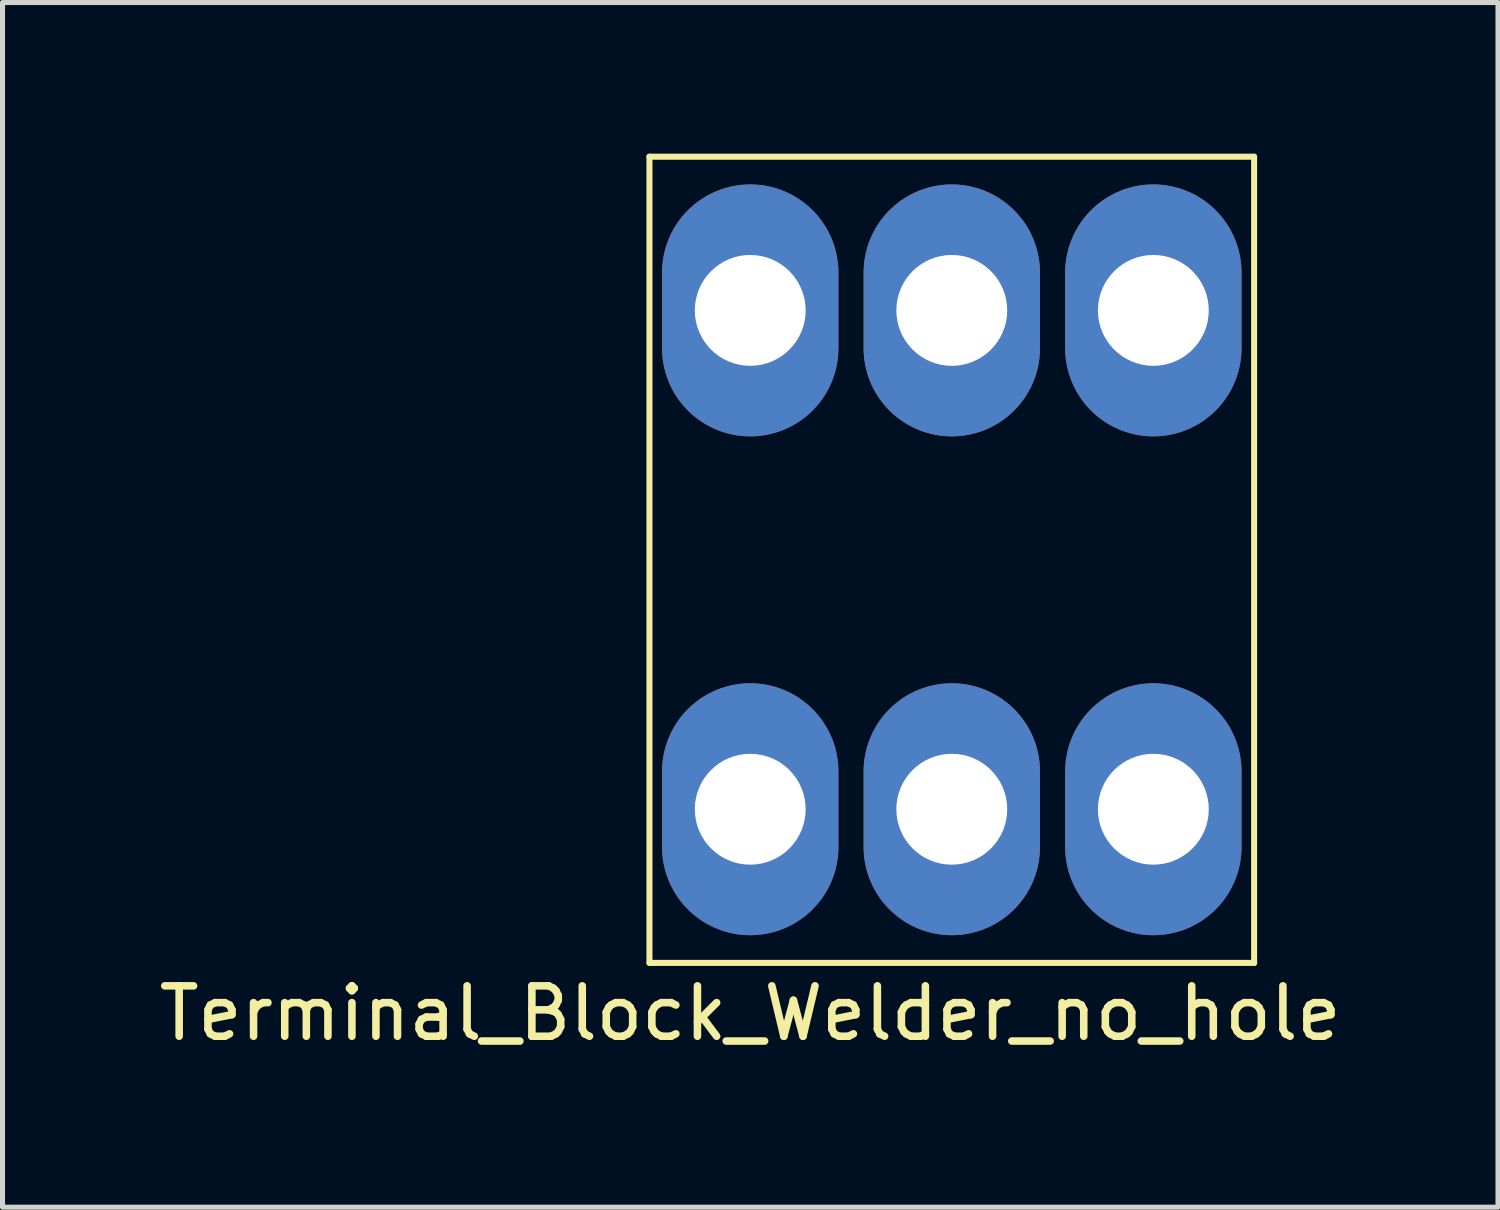
<source format=kicad_pcb>
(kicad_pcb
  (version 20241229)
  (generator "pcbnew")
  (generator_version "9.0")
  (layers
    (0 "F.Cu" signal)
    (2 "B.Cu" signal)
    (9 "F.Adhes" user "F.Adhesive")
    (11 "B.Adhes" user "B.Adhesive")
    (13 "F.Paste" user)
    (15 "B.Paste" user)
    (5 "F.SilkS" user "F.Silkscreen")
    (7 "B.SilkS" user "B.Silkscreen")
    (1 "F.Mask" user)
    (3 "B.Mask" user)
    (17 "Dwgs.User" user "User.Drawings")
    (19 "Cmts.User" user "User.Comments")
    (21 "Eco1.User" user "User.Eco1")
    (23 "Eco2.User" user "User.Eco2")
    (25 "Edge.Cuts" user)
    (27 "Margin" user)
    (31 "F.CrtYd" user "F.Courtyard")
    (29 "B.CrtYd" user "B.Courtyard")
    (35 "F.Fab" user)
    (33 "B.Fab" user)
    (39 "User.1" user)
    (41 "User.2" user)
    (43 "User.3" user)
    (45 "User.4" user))
  (footprint "Terminal_Block_Welder_no_hole"
    (layer "F.Cu")
    (at 15.839 8.06)
    (property "Reference" "Terminal_Block_Welder_no_hole" (at -4 9 0) (layer "F.SilkS") (effects (font (size 1 1) (thickness 0.15))))
    (attr through_hole)
    (fp_line (start -6 -8) (end -6 8) (stroke (width 0.12) (type solid)) (layer "F.SilkS"))
    (fp_line (start -6 8) (end 6 8) (stroke (width 0.12) (type solid)) (layer "F.SilkS"))
    (fp_line (start 6 -8) (end -6 -8) (stroke (width 0.12) (type solid)) (layer "F.SilkS"))
    (fp_line (start 6 8) (end 6 -8) (stroke (width 0.12) (type solid)) (layer "F.SilkS"))
    (pad "1" thru_hole oval (at -4 -4.95 90) (size 5 3.5) (drill 2.2) (layers "*.Cu" "*.Mask"))
    (pad "1" thru_hole oval (at -4 4.95 90) (size 5 3.5) (drill 2.2) (layers "*.Cu" "*.Mask"))
    (pad "1" thru_hole oval (at 0 -4.95 90) (size 5 3.5) (drill 2.2) (layers "*.Cu" "*.Mask"))
    (pad "1" thru_hole oval (at 0 4.95 90) (size 5 3.5) (drill 2.2) (layers "*.Cu" "*.Mask"))
    (pad "1" thru_hole oval (at 4 -4.95 90) (size 5 3.5) (drill 2.2) (layers "*.Cu" "*.Mask"))
    (pad "1" thru_hole oval (at 4 4.95 90) (size 5 3.5) (drill 2.2) (layers "*.Cu" "*.Mask")))
  (gr_rect
    (start -3 -3)
    (end 26.679 20.908)
    (stroke (width 0.1) (type default))
    (fill no)
    (layer "Edge.Cuts")))
</source>
